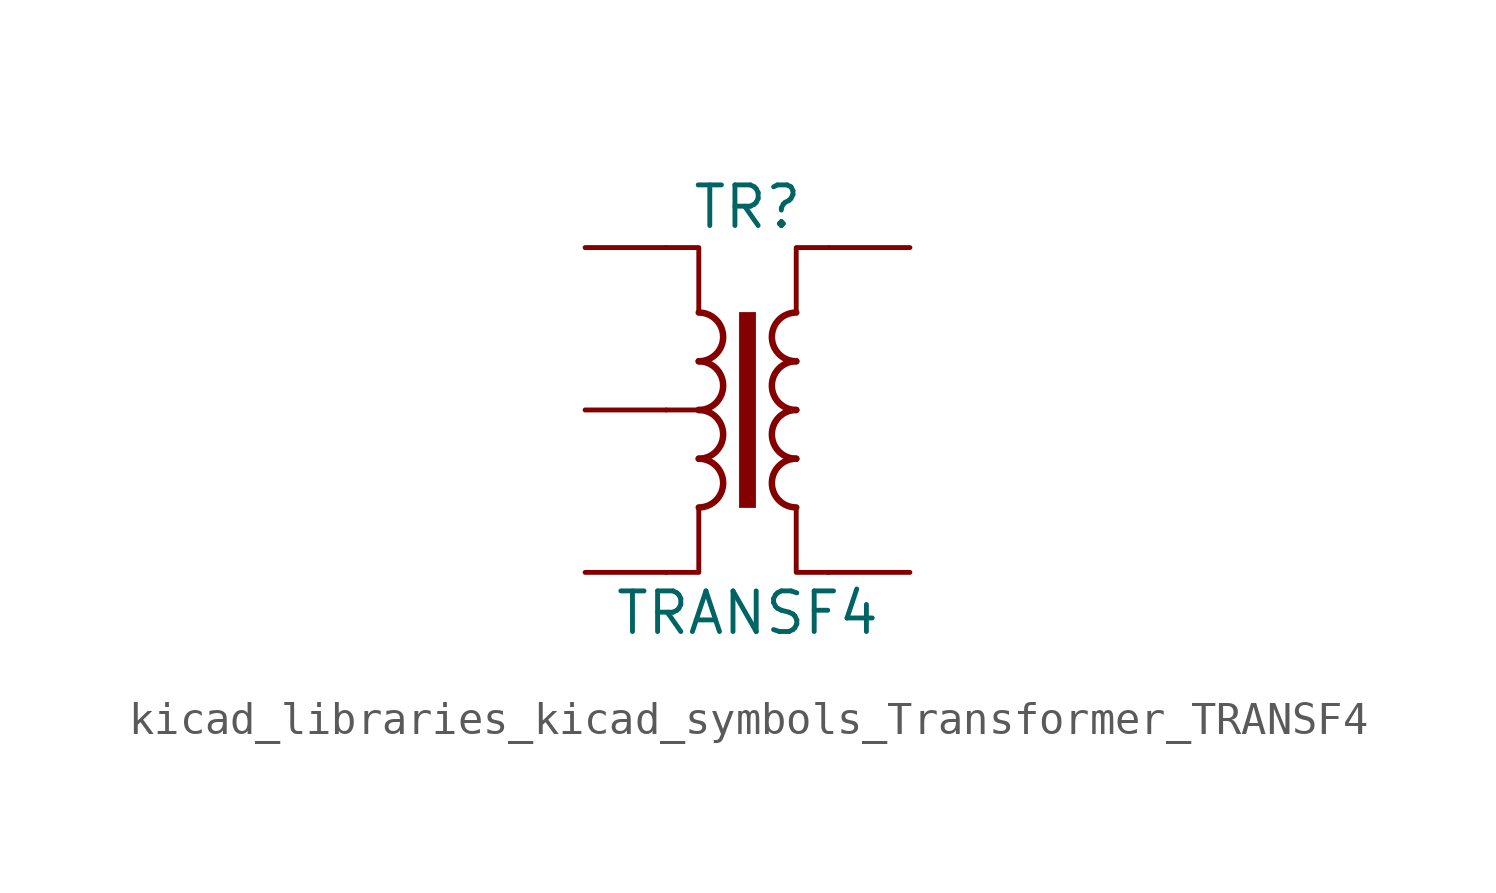
<source format=kicad_sym>
(kicad_symbol_lib
  (version 20220914)
  (generator kicad_symbol_editor)
  (symbol "kicad_libraries_kicad_symbols_Transformer_TRANSF4"
    (pin_numbers hide)
    (pin_names
      (offset 0))
    (property "Reference" "TR"
      (at 0 6.35 0)
      (effects (font (size 1.27 1.27))))
    (property "Value" "TRANSF4"
      (at 0 -6.35 0)
      (effects (font (size 1.27 1.27))))
    (symbol "kicad_libraries_kicad_symbols_Transformer_TRANSF4_0_1"
      (arc (start -1.524 -3.048) (mid -0.7653 -2.286) (end -1.524 -1.524) (stroke (width 0.2032) (type default)) (fill (type none)))
      (arc (start -1.524 -1.524) (mid -0.7653 -0.762) (end -1.524 0) (stroke (width 0.2032) (type default)) (fill (type none)))
      (arc (start -1.524 0) (mid -0.7653 0.762) (end -1.524 1.524) (stroke (width 0.2032) (type default)) (fill (type none)))
      (arc (start -1.524 1.524) (mid -0.7653 2.286) (end -1.524 3.048) (stroke (width 0.2032) (type default)) (fill (type none)))
      (rectangle (start -0.254 3.048) (end 0.254 -3.048) (stroke (width 0.025) (type default)) (fill (type outline)))
      (polyline (pts (xy -1.524 0) (xy -2.54 0) (xy -2.54 0)) (stroke (width 0) (type default)) (fill (type outline)))
      (polyline (pts (xy -2.54 5.08) (xy -1.524 5.08) (xy -1.524 3.048) (xy -1.524 3.048)) (stroke (width 0.152) (type default)) (fill (type none)))
      (polyline (pts (xy -1.524 -3.048) (xy -1.524 -5.08) (xy -2.54 -5.08) (xy -2.54 -5.08)) (stroke (width 0.152) (type default)) (fill (type none)))
      (polyline (pts (xy 1.524 3.048) (xy 1.524 5.08) (xy 2.54 5.08) (xy 2.54 5.08)) (stroke (width 0.152) (type default)) (fill (type none)))
      (polyline (pts (xy 2.54 -5.08) (xy 1.524 -5.08) (xy 1.524 -3.048) (xy 1.524 -3.048)) (stroke (width 0.152) (type default)) (fill (type none)))
      (arc (start 1.524 -1.524) (mid 0.7653 -2.286) (end 1.524 -3.048) (stroke (width 0.2032) (type default)) (fill (type none)))
      (arc (start 1.524 0) (mid 0.7653 -0.762) (end 1.524 -1.524) (stroke (width 0.2032) (type default)) (fill (type none)))
      (arc (start 1.524 1.524) (mid 0.7653 0.762) (end 1.524 0) (stroke (width 0.2032) (type default)) (fill (type none)))
      (arc (start 1.524 3.048) (mid 0.7653 2.286) (end 1.524 1.524) (stroke (width 0.2032) (type default)) (fill (type none))))
    (symbol "kicad_libraries_kicad_symbols_Transformer_TRANSF4_1_1"
      (pin passive line (at -5.08 5.08 0) (length 2.54) (name "~" (effects (font (size 1.27 1.27)))) (number "1" (effects (font (size 1.27 1.27)))))
      (pin passive line (at -5.08 0 0) (length 2.54) (name "~" (effects (font (size 1.27 1.27)))) (number "2" (effects (font (size 1.27 1.27)))))
      (pin passive line (at -5.08 -5.08 0) (length 2.54) (name "~" (effects (font (size 1.27 1.27)))) (number "3" (effects (font (size 1.27 1.27)))))
      (pin passive line (at 5.08 -5.08 180) (length 2.54) (name "~" (effects (font (size 1.27 1.27)))) (number "4" (effects (font (size 1.27 1.27)))))
      (pin passive line (at 5.08 5.08 180) (length 2.54) (name "~" (effects (font (size 1.27 1.27)))) (number "5" (effects (font (size 1.27 1.27))))))))
</source>
